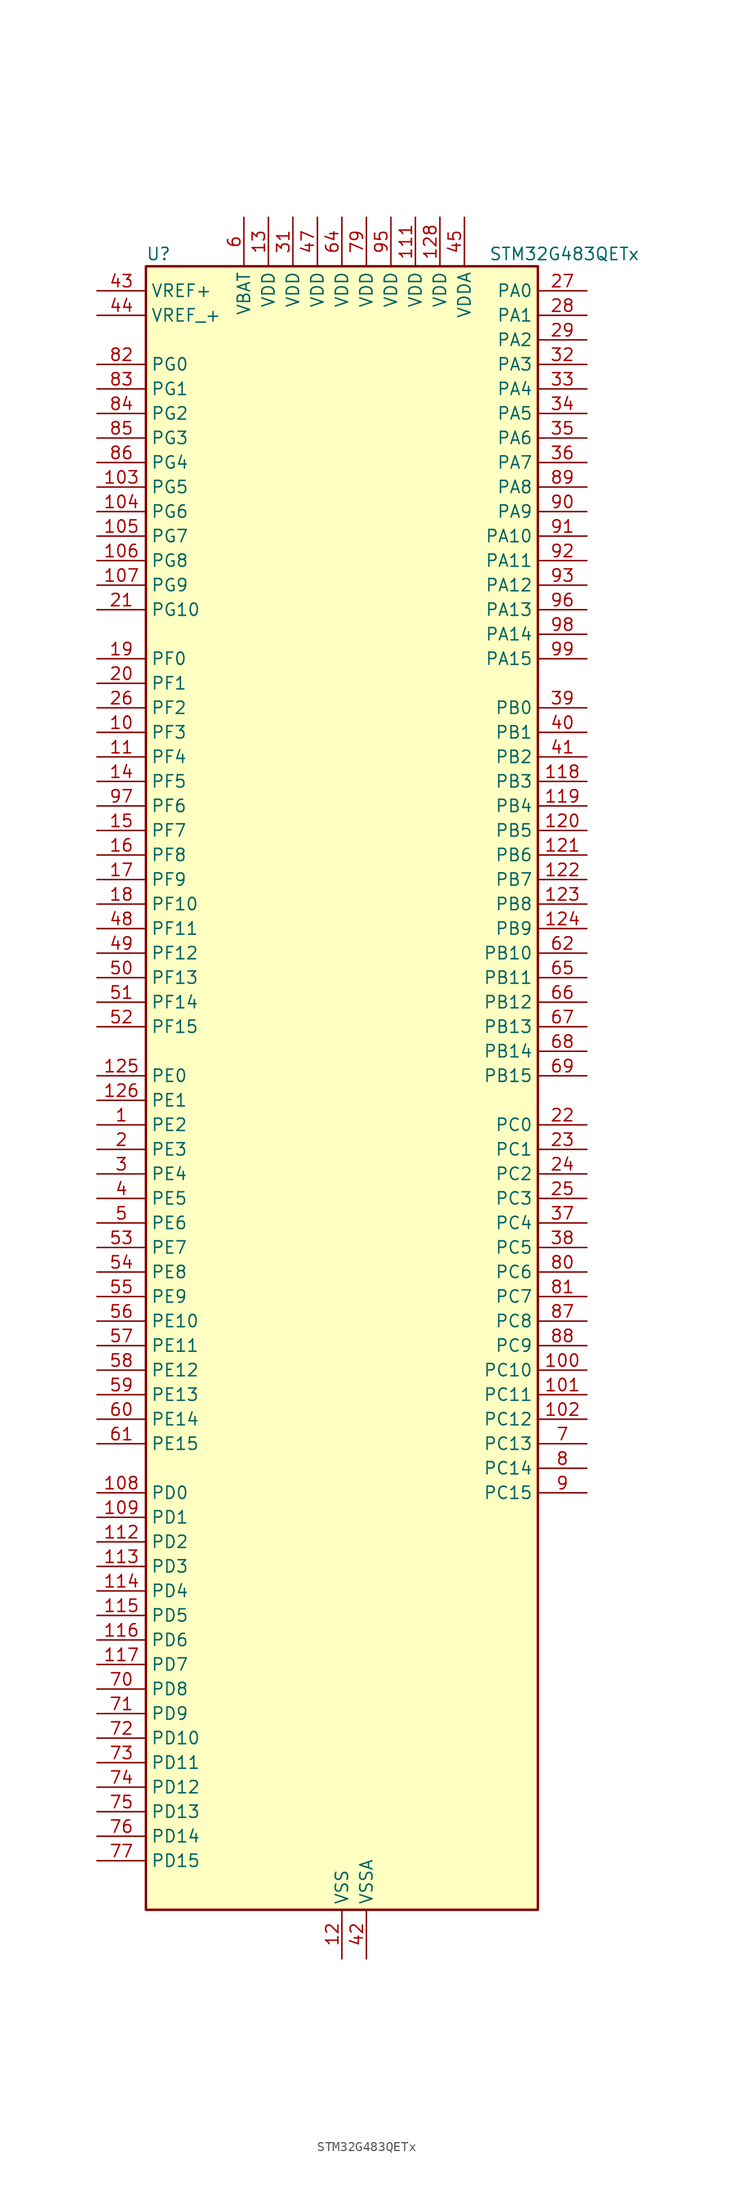
<source format=kicad_sym>
(kicad_symbol_lib
  (version 20231120)
  (generator "kicad_symbol_editor")
  (generator_version "8.0")
  (symbol "STM32G483QETx"
    (property "Reference" "U"
      (at -20.32 87.63 0)
      (effects (font (size 1.27 1.27)) (justify left)))
    (property "Value" "STM32G483QETx"
      (at 15.24 87.63 0)
      (effects (font (size 1.27 1.27)) (justify left)))
    (property "ki_locked" ""
      (at 0 0 0)
      (effects (font (size 1.27 1.27))))
    (symbol "STM32G483QETx_0_1"
      (rectangle (start -20.32 -83.82) (end 20.32 86.36) (stroke (width 0.254) (type default)) (fill (type background))))
    (symbol "STM32G483QETx_1_1"
      (pin bidirectional line (at -25.4 -2.54 0) (length 5.08) (name "PE2" (effects (font (size 1.27 1.27)))) (number "1" (effects (font (size 1.27 1.27)))) (alternate "ADC3_EXTI2" bidirectional line) (alternate "ADC4_EXTI2" bidirectional line) (alternate "ADC5_EXTI2" bidirectional line) (alternate "FMC_A23" bidirectional line) (alternate "SAI1_CK1" bidirectional line) (alternate "SAI1_MCLK_A" bidirectional line) (alternate "SPI4_SCK" bidirectional line) (alternate "SYS_TRACECLK" bidirectional line) (alternate "TIM20_CH1" bidirectional line) (alternate "TIM3_CH1" bidirectional line))
      (pin bidirectional line (at -25.4 38.1 0) (length 5.08) (name "PF3" (effects (font (size 1.27 1.27)))) (number "10" (effects (font (size 1.27 1.27)))) (alternate "ADC3_EXTI3" bidirectional line) (alternate "ADC4_EXTI3" bidirectional line) (alternate "ADC5_EXTI3" bidirectional line) (alternate "FMC_A3" bidirectional line) (alternate "I2C3_SCL" bidirectional line) (alternate "TIM20_CH4" bidirectional line))
      (pin bidirectional line (at 25.4 -27.94 180) (length 5.08) (name "PC10" (effects (font (size 1.27 1.27)))) (number "100" (effects (font (size 1.27 1.27)))) (alternate "DAC1_EXTI10" bidirectional line) (alternate "DAC2_EXTI10" bidirectional line) (alternate "DAC3_EXTI10" bidirectional line) (alternate "DAC4_EXTI10" bidirectional line) (alternate "I2S3_CK" bidirectional line) (alternate "SPI3_SCK" bidirectional line) (alternate "TIM8_CH1N" bidirectional line) (alternate "UART4_TX" bidirectional line) (alternate "USART3_TX" bidirectional line))
      (pin bidirectional line (at 25.4 -30.48 180) (length 5.08) (name "PC11" (effects (font (size 1.27 1.27)))) (number "101" (effects (font (size 1.27 1.27)))) (alternate "ADC1_EXTI11" bidirectional line) (alternate "ADC2_EXTI11" bidirectional line) (alternate "I2C3_SDA" bidirectional line) (alternate "SPI3_MISO" bidirectional line) (alternate "TIM8_CH2N" bidirectional line) (alternate "UART4_RX" bidirectional line) (alternate "USART3_RX" bidirectional line))
      (pin bidirectional line (at 25.4 -33.02 180) (length 5.08) (name "PC12" (effects (font (size 1.27 1.27)))) (number "102" (effects (font (size 1.27 1.27)))) (alternate "I2S3_SD" bidirectional line) (alternate "SPI3_MOSI" bidirectional line) (alternate "TIM5_CH2" bidirectional line) (alternate "TIM8_CH3N" bidirectional line) (alternate "UART5_TX" bidirectional line) (alternate "UCPD1_FRSTX1" bidirectional line) (alternate "UCPD1_FRSTX2" bidirectional line) (alternate "USART3_CK" bidirectional line))
      (pin bidirectional line (at -25.4 63.5 0) (length 5.08) (name "PG5" (effects (font (size 1.27 1.27)))) (number "103" (effects (font (size 1.27 1.27)))) (alternate "FMC_A15" bidirectional line) (alternate "LPUART1_CTS" bidirectional line) (alternate "SPI1_NSS" bidirectional line) (alternate "TIM20_ETR" bidirectional line))
      (pin bidirectional line (at -25.4 60.96 0) (length 5.08) (name "PG6" (effects (font (size 1.27 1.27)))) (number "104" (effects (font (size 1.27 1.27)))) (alternate "FMC_INT" bidirectional line) (alternate "I2C3_SMBA" bidirectional line) (alternate "LPUART1_DE" bidirectional line) (alternate "LPUART1_RTS" bidirectional line) (alternate "TIM20_BKIN" bidirectional line))
      (pin bidirectional line (at -25.4 58.42 0) (length 5.08) (name "PG7" (effects (font (size 1.27 1.27)))) (number "105" (effects (font (size 1.27 1.27)))) (alternate "FMC_INT" bidirectional line) (alternate "I2C3_SCL" bidirectional line) (alternate "LPUART1_TX" bidirectional line) (alternate "SAI1_CK1" bidirectional line) (alternate "SAI1_MCLK_A" bidirectional line))
      (pin bidirectional line (at -25.4 55.88 0) (length 5.08) (name "PG8" (effects (font (size 1.27 1.27)))) (number "106" (effects (font (size 1.27 1.27)))) (alternate "FMC_NE3" bidirectional line) (alternate "I2C3_SDA" bidirectional line) (alternate "LPUART1_RX" bidirectional line))
      (pin bidirectional line (at -25.4 53.34 0) (length 5.08) (name "PG9" (effects (font (size 1.27 1.27)))) (number "107" (effects (font (size 1.27 1.27)))) (alternate "DAC1_EXTI9" bidirectional line) (alternate "DAC2_EXTI9" bidirectional line) (alternate "DAC3_EXTI9" bidirectional line) (alternate "DAC4_EXTI9" bidirectional line) (alternate "FMC_NCE" bidirectional line) (alternate "FMC_NE2" bidirectional line) (alternate "SPI3_SCK" bidirectional line) (alternate "TIM15_CH1N" bidirectional line) (alternate "USART1_TX" bidirectional line))
      (pin bidirectional line (at -25.4 -40.64 0) (length 5.08) (name "PD0" (effects (font (size 1.27 1.27)))) (number "108" (effects (font (size 1.27 1.27)))) (alternate "FDCAN1_RX" bidirectional line) (alternate "FMC_D2" bidirectional line) (alternate "FMC_DA2" bidirectional line) (alternate "TIM8_CH4N" bidirectional line))
      (pin bidirectional line (at -25.4 -43.18 0) (length 5.08) (name "PD1" (effects (font (size 1.27 1.27)))) (number "109" (effects (font (size 1.27 1.27)))) (alternate "FDCAN1_TX" bidirectional line) (alternate "FMC_D3" bidirectional line) (alternate "FMC_DA3" bidirectional line) (alternate "TIM8_BKIN2" bidirectional line) (alternate "TIM8_CH4" bidirectional line))
      (pin bidirectional line (at -25.4 35.56 0) (length 5.08) (name "PF4" (effects (font (size 1.27 1.27)))) (number "11" (effects (font (size 1.27 1.27)))) (alternate "COMP1_OUT" bidirectional line) (alternate "FMC_A4" bidirectional line) (alternate "I2C3_SDA" bidirectional line) (alternate "TIM20_CH1N" bidirectional line))
      (pin passive line (at 0 -88.9 90) (length 5.08) hide (name "VSS" (effects (font (size 1.27 1.27)))) (number "110" (effects (font (size 1.27 1.27)))))
      (pin power_in line (at 7.62 91.44 270) (length 5.08) (name "VDD" (effects (font (size 1.27 1.27)))) (number "111" (effects (font (size 1.27 1.27)))))
      (pin bidirectional line (at -25.4 -45.72 0) (length 5.08) (name "PD2" (effects (font (size 1.27 1.27)))) (number "112" (effects (font (size 1.27 1.27)))) (alternate "ADC3_EXTI2" bidirectional line) (alternate "ADC4_EXTI2" bidirectional line) (alternate "ADC5_EXTI2" bidirectional line) (alternate "TIM3_ETR" bidirectional line) (alternate "TIM8_BKIN" bidirectional line) (alternate "UART5_RX" bidirectional line))
      (pin bidirectional line (at -25.4 -48.26 0) (length 5.08) (name "PD3" (effects (font (size 1.27 1.27)))) (number "113" (effects (font (size 1.27 1.27)))) (alternate "ADC3_EXTI3" bidirectional line) (alternate "ADC4_EXTI3" bidirectional line) (alternate "ADC5_EXTI3" bidirectional line) (alternate "FMC_CLK" bidirectional line) (alternate "QUADSPI1_BK2_NCS" bidirectional line) (alternate "TIM2_CH1" bidirectional line) (alternate "TIM2_ETR" bidirectional line) (alternate "USART2_CTS" bidirectional line) (alternate "USART2_NSS" bidirectional line))
      (pin bidirectional line (at -25.4 -50.8 0) (length 5.08) (name "PD4" (effects (font (size 1.27 1.27)))) (number "114" (effects (font (size 1.27 1.27)))) (alternate "FMC_NOE" bidirectional line) (alternate "QUADSPI1_BK2_IO0" bidirectional line) (alternate "TIM2_CH2" bidirectional line) (alternate "USART2_DE" bidirectional line) (alternate "USART2_RTS" bidirectional line))
      (pin bidirectional line (at -25.4 -53.34 0) (length 5.08) (name "PD5" (effects (font (size 1.27 1.27)))) (number "115" (effects (font (size 1.27 1.27)))) (alternate "FMC_NWE" bidirectional line) (alternate "QUADSPI1_BK2_IO1" bidirectional line) (alternate "USART2_TX" bidirectional line))
      (pin bidirectional line (at -25.4 -55.88 0) (length 5.08) (name "PD6" (effects (font (size 1.27 1.27)))) (number "116" (effects (font (size 1.27 1.27)))) (alternate "FMC_NWAIT" bidirectional line) (alternate "QUADSPI1_BK2_IO2" bidirectional line) (alternate "SAI1_D1" bidirectional line) (alternate "SAI1_SD_A" bidirectional line) (alternate "TIM2_CH4" bidirectional line) (alternate "USART2_RX" bidirectional line))
      (pin bidirectional line (at -25.4 -58.42 0) (length 5.08) (name "PD7" (effects (font (size 1.27 1.27)))) (number "117" (effects (font (size 1.27 1.27)))) (alternate "FMC_NCE" bidirectional line) (alternate "FMC_NE1" bidirectional line) (alternate "QUADSPI1_BK2_IO3" bidirectional line) (alternate "TIM2_CH3" bidirectional line) (alternate "USART2_CK" bidirectional line))
      (pin bidirectional line (at 25.4 33.02 180) (length 5.08) (name "PB3" (effects (font (size 1.27 1.27)))) (number "118" (effects (font (size 1.27 1.27)))) (alternate "ADC3_EXTI3" bidirectional line) (alternate "ADC4_EXTI3" bidirectional line) (alternate "ADC5_EXTI3" bidirectional line) (alternate "CRS_SYNC" bidirectional line) (alternate "FDCAN3_RX" bidirectional line) (alternate "I2S3_CK" bidirectional line) (alternate "SAI1_SCK_B" bidirectional line) (alternate "SPI1_SCK" bidirectional line) (alternate "SPI3_SCK" bidirectional line) (alternate "SYS_JTDO-SWO" bidirectional line) (alternate "TIM2_CH2" bidirectional line) (alternate "TIM3_ETR" bidirectional line) (alternate "TIM4_ETR" bidirectional line) (alternate "TIM8_CH1N" bidirectional line) (alternate "USART2_TX" bidirectional line))
      (pin bidirectional line (at 25.4 30.48 180) (length 5.08) (name "PB4" (effects (font (size 1.27 1.27)))) (number "119" (effects (font (size 1.27 1.27)))) (alternate "FDCAN3_TX" bidirectional line) (alternate "SAI1_MCLK_B" bidirectional line) (alternate "SPI1_MISO" bidirectional line) (alternate "SPI3_MISO" bidirectional line) (alternate "SYS_JTRST" bidirectional line) (alternate "TIM16_CH1" bidirectional line) (alternate "TIM17_BKIN" bidirectional line) (alternate "TIM3_CH1" bidirectional line) (alternate "TIM8_CH2N" bidirectional line) (alternate "UART5_DE" bidirectional line) (alternate "UART5_RTS" bidirectional line) (alternate "UCPD1_CC2" bidirectional line) (alternate "USART2_RX" bidirectional line))
      (pin power_in line (at 0 -88.9 90) (length 5.08) (name "VSS" (effects (font (size 1.27 1.27)))) (number "12" (effects (font (size 1.27 1.27)))))
      (pin bidirectional line (at 25.4 27.94 180) (length 5.08) (name "PB5" (effects (font (size 1.27 1.27)))) (number "120" (effects (font (size 1.27 1.27)))) (alternate "FDCAN2_RX" bidirectional line) (alternate "I2C1_SMBA" bidirectional line) (alternate "I2C3_SDA" bidirectional line) (alternate "I2S3_SD" bidirectional line) (alternate "LPTIM1_IN1" bidirectional line) (alternate "SAI1_SD_B" bidirectional line) (alternate "SPI1_MOSI" bidirectional line) (alternate "SPI3_MOSI" bidirectional line) (alternate "TIM16_BKIN" bidirectional line) (alternate "TIM17_CH1" bidirectional line) (alternate "TIM3_CH2" bidirectional line) (alternate "TIM8_CH3N" bidirectional line) (alternate "UART5_CTS" bidirectional line) (alternate "USART2_CK" bidirectional line))
      (pin bidirectional line (at 25.4 25.4 180) (length 5.08) (name "PB6" (effects (font (size 1.27 1.27)))) (number "121" (effects (font (size 1.27 1.27)))) (alternate "COMP4_OUT" bidirectional line) (alternate "FDCAN2_TX" bidirectional line) (alternate "LPTIM1_ETR" bidirectional line) (alternate "SAI1_FS_B" bidirectional line) (alternate "TIM16_CH1N" bidirectional line) (alternate "TIM4_CH1" bidirectional line) (alternate "TIM8_BKIN2" bidirectional line) (alternate "TIM8_CH1" bidirectional line) (alternate "TIM8_ETR" bidirectional line) (alternate "UCPD1_CC1" bidirectional line) (alternate "USART1_TX" bidirectional line))
      (pin bidirectional line (at 25.4 22.86 180) (length 5.08) (name "PB7" (effects (font (size 1.27 1.27)))) (number "122" (effects (font (size 1.27 1.27)))) (alternate "COMP3_OUT" bidirectional line) (alternate "FMC_NL" bidirectional line) (alternate "I2C1_SDA" bidirectional line) (alternate "I2C4_SDA" bidirectional line) (alternate "LPTIM1_IN2" bidirectional line) (alternate "SYS_PVD_IN" bidirectional line) (alternate "TIM17_CH1N" bidirectional line) (alternate "TIM3_CH4" bidirectional line) (alternate "TIM4_CH2" bidirectional line) (alternate "TIM8_BKIN" bidirectional line) (alternate "UART4_CTS" bidirectional line) (alternate "USART1_RX" bidirectional line))
      (pin bidirectional line (at 25.4 20.32 180) (length 5.08) (name "PB8" (effects (font (size 1.27 1.27)))) (number "123" (effects (font (size 1.27 1.27)))) (alternate "COMP1_OUT" bidirectional line) (alternate "FDCAN1_RX" bidirectional line) (alternate "I2C1_SCL" bidirectional line) (alternate "SAI1_CK1" bidirectional line) (alternate "SAI1_MCLK_A" bidirectional line) (alternate "TIM16_CH1" bidirectional line) (alternate "TIM1_BKIN" bidirectional line) (alternate "TIM4_CH3" bidirectional line) (alternate "TIM8_CH2" bidirectional line) (alternate "USART3_RX" bidirectional line))
      (pin bidirectional line (at 25.4 17.78 180) (length 5.08) (name "PB9" (effects (font (size 1.27 1.27)))) (number "124" (effects (font (size 1.27 1.27)))) (alternate "COMP2_OUT" bidirectional line) (alternate "DAC1_EXTI9" bidirectional line) (alternate "DAC2_EXTI9" bidirectional line) (alternate "DAC3_EXTI9" bidirectional line) (alternate "DAC4_EXTI9" bidirectional line) (alternate "FDCAN1_TX" bidirectional line) (alternate "I2C1_SDA" bidirectional line) (alternate "IR_OUT" bidirectional line) (alternate "SAI1_D2" bidirectional line) (alternate "SAI1_FS_A" bidirectional line) (alternate "TIM17_CH1" bidirectional line) (alternate "TIM1_CH3N" bidirectional line) (alternate "TIM4_CH4" bidirectional line) (alternate "TIM8_CH3" bidirectional line) (alternate "USART3_TX" bidirectional line))
      (pin bidirectional line (at -25.4 2.54 0) (length 5.08) (name "PE0" (effects (font (size 1.27 1.27)))) (number "125" (effects (font (size 1.27 1.27)))) (alternate "FMC_NBL0" bidirectional line) (alternate "TIM16_CH1" bidirectional line) (alternate "TIM20_CH4N" bidirectional line) (alternate "TIM20_ETR" bidirectional line) (alternate "TIM4_ETR" bidirectional line) (alternate "USART1_TX" bidirectional line))
      (pin bidirectional line (at -25.4 0 0) (length 5.08) (name "PE1" (effects (font (size 1.27 1.27)))) (number "126" (effects (font (size 1.27 1.27)))) (alternate "FMC_NBL1" bidirectional line) (alternate "TIM17_CH1" bidirectional line) (alternate "TIM20_CH4" bidirectional line) (alternate "USART1_RX" bidirectional line))
      (pin passive line (at 0 -88.9 90) (length 5.08) hide (name "VSS" (effects (font (size 1.27 1.27)))) (number "127" (effects (font (size 1.27 1.27)))))
      (pin power_in line (at 10.16 91.44 270) (length 5.08) (name "VDD" (effects (font (size 1.27 1.27)))) (number "128" (effects (font (size 1.27 1.27)))))
      (pin power_in line (at -7.62 91.44 270) (length 5.08) (name "VDD" (effects (font (size 1.27 1.27)))) (number "13" (effects (font (size 1.27 1.27)))))
      (pin bidirectional line (at -25.4 33.02 0) (length 5.08) (name "PF5" (effects (font (size 1.27 1.27)))) (number "14" (effects (font (size 1.27 1.27)))) (alternate "FMC_A5" bidirectional line) (alternate "TIM20_CH2N" bidirectional line))
      (pin bidirectional line (at -25.4 27.94 0) (length 5.08) (name "PF7" (effects (font (size 1.27 1.27)))) (number "15" (effects (font (size 1.27 1.27)))) (alternate "FMC_A1" bidirectional line) (alternate "QUADSPI1_BK1_IO2" bidirectional line) (alternate "SAI1_MCLK_B" bidirectional line) (alternate "TIM20_BKIN" bidirectional line) (alternate "TIM5_CH2" bidirectional line))
      (pin bidirectional line (at -25.4 25.4 0) (length 5.08) (name "PF8" (effects (font (size 1.27 1.27)))) (number "16" (effects (font (size 1.27 1.27)))) (alternate "FMC_A24" bidirectional line) (alternate "QUADSPI1_BK1_IO0" bidirectional line) (alternate "SAI1_SCK_B" bidirectional line) (alternate "TIM20_BKIN2" bidirectional line) (alternate "TIM5_CH3" bidirectional line))
      (pin bidirectional line (at -25.4 22.86 0) (length 5.08) (name "PF9" (effects (font (size 1.27 1.27)))) (number "17" (effects (font (size 1.27 1.27)))) (alternate "DAC1_EXTI9" bidirectional line) (alternate "DAC2_EXTI9" bidirectional line) (alternate "DAC3_EXTI9" bidirectional line) (alternate "DAC4_EXTI9" bidirectional line) (alternate "FMC_A25" bidirectional line) (alternate "QUADSPI1_BK1_IO1" bidirectional line) (alternate "SAI1_FS_B" bidirectional line) (alternate "SPI2_SCK" bidirectional line) (alternate "TIM15_CH1" bidirectional line) (alternate "TIM20_BKIN" bidirectional line) (alternate "TIM5_CH4" bidirectional line))
      (pin bidirectional line (at -25.4 20.32 0) (length 5.08) (name "PF10" (effects (font (size 1.27 1.27)))) (number "18" (effects (font (size 1.27 1.27)))) (alternate "DAC1_EXTI10" bidirectional line) (alternate "DAC2_EXTI10" bidirectional line) (alternate "DAC3_EXTI10" bidirectional line) (alternate "DAC4_EXTI10" bidirectional line) (alternate "FMC_A0" bidirectional line) (alternate "QUADSPI1_CLK" bidirectional line) (alternate "SAI1_D3" bidirectional line) (alternate "SPI2_SCK" bidirectional line) (alternate "TIM15_CH2" bidirectional line) (alternate "TIM20_BKIN2" bidirectional line))
      (pin bidirectional line (at -25.4 45.72 0) (length 5.08) (name "PF0" (effects (font (size 1.27 1.27)))) (number "19" (effects (font (size 1.27 1.27)))) (alternate "ADC1_IN10" bidirectional line) (alternate "I2C2_SDA" bidirectional line) (alternate "I2S2_WS" bidirectional line) (alternate "RCC_OSC_IN" bidirectional line) (alternate "SPI2_NSS" bidirectional line) (alternate "TIM1_CH3N" bidirectional line))
      (pin bidirectional line (at -25.4 -5.08 0) (length 5.08) (name "PE3" (effects (font (size 1.27 1.27)))) (number "2" (effects (font (size 1.27 1.27)))) (alternate "ADC3_EXTI3" bidirectional line) (alternate "ADC4_EXTI3" bidirectional line) (alternate "ADC5_EXTI3" bidirectional line) (alternate "FMC_A19" bidirectional line) (alternate "SAI1_SD_B" bidirectional line) (alternate "SPI4_NSS" bidirectional line) (alternate "SYS_TRACED0" bidirectional line) (alternate "TIM20_CH2" bidirectional line) (alternate "TIM3_CH2" bidirectional line))
      (pin bidirectional line (at -25.4 43.18 0) (length 5.08) (name "PF1" (effects (font (size 1.27 1.27)))) (number "20" (effects (font (size 1.27 1.27)))) (alternate "ADC2_IN10" bidirectional line) (alternate "COMP3_INM" bidirectional line) (alternate "I2S2_CK" bidirectional line) (alternate "RCC_OSC_OUT" bidirectional line) (alternate "SPI2_SCK" bidirectional line))
      (pin bidirectional line (at -25.4 50.8 0) (length 5.08) (name "PG10" (effects (font (size 1.27 1.27)))) (number "21" (effects (font (size 1.27 1.27)))) (alternate "DAC1_EXTI10" bidirectional line) (alternate "DAC2_EXTI10" bidirectional line) (alternate "DAC3_EXTI10" bidirectional line) (alternate "DAC4_EXTI10" bidirectional line) (alternate "RCC_MCO" bidirectional line))
      (pin bidirectional line (at 25.4 -2.54 180) (length 5.08) (name "PC0" (effects (font (size 1.27 1.27)))) (number "22" (effects (font (size 1.27 1.27)))) (alternate "ADC1_IN6" bidirectional line) (alternate "ADC2_IN6" bidirectional line) (alternate "COMP3_INM" bidirectional line) (alternate "LPTIM1_IN1" bidirectional line) (alternate "LPUART1_RX" bidirectional line) (alternate "TIM1_CH1" bidirectional line))
      (pin bidirectional line (at 25.4 -5.08 180) (length 5.08) (name "PC1" (effects (font (size 1.27 1.27)))) (number "23" (effects (font (size 1.27 1.27)))) (alternate "ADC1_IN7" bidirectional line) (alternate "ADC2_IN7" bidirectional line) (alternate "COMP3_INP" bidirectional line) (alternate "LPTIM1_OUT" bidirectional line) (alternate "LPUART1_TX" bidirectional line) (alternate "QUADSPI1_BK2_IO0" bidirectional line) (alternate "SAI1_SD_A" bidirectional line) (alternate "TIM1_CH2" bidirectional line))
      (pin bidirectional line (at 25.4 -7.62 180) (length 5.08) (name "PC2" (effects (font (size 1.27 1.27)))) (number "24" (effects (font (size 1.27 1.27)))) (alternate "ADC1_IN8" bidirectional line) (alternate "ADC2_IN8" bidirectional line) (alternate "ADC3_EXTI2" bidirectional line) (alternate "ADC4_EXTI2" bidirectional line) (alternate "ADC5_EXTI2" bidirectional line) (alternate "COMP3_OUT" bidirectional line) (alternate "LPTIM1_IN2" bidirectional line) (alternate "QUADSPI1_BK2_IO1" bidirectional line) (alternate "TIM1_CH3" bidirectional line) (alternate "TIM20_CH2" bidirectional line))
      (pin bidirectional line (at 25.4 -10.16 180) (length 5.08) (name "PC3" (effects (font (size 1.27 1.27)))) (number "25" (effects (font (size 1.27 1.27)))) (alternate "ADC1_IN9" bidirectional line) (alternate "ADC2_IN9" bidirectional line) (alternate "ADC3_EXTI3" bidirectional line) (alternate "ADC4_EXTI3" bidirectional line) (alternate "ADC5_EXTI3" bidirectional line) (alternate "LPTIM1_ETR" bidirectional line) (alternate "OPAMP5_VINP" bidirectional line) (alternate "OPAMP5_VINP_SEC" bidirectional line) (alternate "QUADSPI1_BK2_IO2" bidirectional line) (alternate "SAI1_D1" bidirectional line) (alternate "SAI1_SD_A" bidirectional line) (alternate "TIM1_BKIN2" bidirectional line) (alternate "TIM1_CH4" bidirectional line))
      (pin bidirectional line (at -25.4 40.64 0) (length 5.08) (name "PF2" (effects (font (size 1.27 1.27)))) (number "26" (effects (font (size 1.27 1.27)))) (alternate "ADC3_EXTI2" bidirectional line) (alternate "ADC4_EXTI2" bidirectional line) (alternate "ADC5_EXTI2" bidirectional line) (alternate "FMC_A2" bidirectional line) (alternate "I2C2_SMBA" bidirectional line) (alternate "TIM20_CH3" bidirectional line))
      (pin bidirectional line (at 25.4 83.82 180) (length 5.08) (name "PA0" (effects (font (size 1.27 1.27)))) (number "27" (effects (font (size 1.27 1.27)))) (alternate "ADC1_IN1" bidirectional line) (alternate "ADC2_IN1" bidirectional line) (alternate "COMP1_INM" bidirectional line) (alternate "COMP1_OUT" bidirectional line) (alternate "COMP3_INP" bidirectional line) (alternate "RTC_TAMP2" bidirectional line) (alternate "SYS_WKUP1" bidirectional line) (alternate "TIM2_CH1" bidirectional line) (alternate "TIM2_ETR" bidirectional line) (alternate "TIM5_CH1" bidirectional line) (alternate "TIM8_BKIN" bidirectional line) (alternate "TIM8_ETR" bidirectional line) (alternate "USART2_CTS" bidirectional line) (alternate "USART2_NSS" bidirectional line))
      (pin bidirectional line (at 25.4 81.28 180) (length 5.08) (name "PA1" (effects (font (size 1.27 1.27)))) (number "28" (effects (font (size 1.27 1.27)))) (alternate "ADC1_IN2" bidirectional line) (alternate "ADC2_IN2" bidirectional line) (alternate "COMP1_INP" bidirectional line) (alternate "OPAMP1_VINP" bidirectional line) (alternate "OPAMP1_VINP_SEC" bidirectional line) (alternate "OPAMP3_VINP" bidirectional line) (alternate "OPAMP3_VINP_SEC" bidirectional line) (alternate "OPAMP6_VINM" bidirectional line) (alternate "OPAMP6_VINM0" bidirectional line) (alternate "OPAMP6_VINM_SEC" bidirectional line) (alternate "RTC_REFIN" bidirectional line) (alternate "TIM15_CH1N" bidirectional line) (alternate "TIM2_CH2" bidirectional line) (alternate "TIM5_CH2" bidirectional line) (alternate "USART2_DE" bidirectional line) (alternate "USART2_RTS" bidirectional line))
      (pin bidirectional line (at 25.4 78.74 180) (length 5.08) (name "PA2" (effects (font (size 1.27 1.27)))) (number "29" (effects (font (size 1.27 1.27)))) (alternate "ADC1_IN3" bidirectional line) (alternate "ADC3_EXTI2" bidirectional line) (alternate "ADC4_EXTI2" bidirectional line) (alternate "ADC5_EXTI2" bidirectional line) (alternate "COMP2_INM" bidirectional line) (alternate "COMP2_OUT" bidirectional line) (alternate "LPUART1_TX" bidirectional line) (alternate "OPAMP1_VOUT" bidirectional line) (alternate "QUADSPI1_BK1_NCS" bidirectional line) (alternate "RCC_LSCO" bidirectional line) (alternate "SYS_WKUP4" bidirectional line) (alternate "TIM15_CH1" bidirectional line) (alternate "TIM2_CH3" bidirectional line) (alternate "TIM5_CH3" bidirectional line) (alternate "UCPD1_FRSTX1" bidirectional line) (alternate "UCPD1_FRSTX2" bidirectional line) (alternate "USART2_TX" bidirectional line))
      (pin bidirectional line (at -25.4 -7.62 0) (length 5.08) (name "PE4" (effects (font (size 1.27 1.27)))) (number "3" (effects (font (size 1.27 1.27)))) (alternate "FMC_A20" bidirectional line) (alternate "SAI1_D2" bidirectional line) (alternate "SAI1_FS_A" bidirectional line) (alternate "SPI4_NSS" bidirectional line) (alternate "SYS_TRACED1" bidirectional line) (alternate "TIM20_CH1N" bidirectional line) (alternate "TIM3_CH3" bidirectional line))
      (pin passive line (at 0 -88.9 90) (length 5.08) hide (name "VSS" (effects (font (size 1.27 1.27)))) (number "30" (effects (font (size 1.27 1.27)))))
      (pin power_in line (at -5.08 91.44 270) (length 5.08) (name "VDD" (effects (font (size 1.27 1.27)))) (number "31" (effects (font (size 1.27 1.27)))))
      (pin bidirectional line (at 25.4 76.2 180) (length 5.08) (name "PA3" (effects (font (size 1.27 1.27)))) (number "32" (effects (font (size 1.27 1.27)))) (alternate "ADC1_IN4" bidirectional line) (alternate "ADC3_EXTI3" bidirectional line) (alternate "ADC4_EXTI3" bidirectional line) (alternate "ADC5_EXTI3" bidirectional line) (alternate "COMP2_INP" bidirectional line) (alternate "LPUART1_RX" bidirectional line) (alternate "OPAMP1_VINM" bidirectional line) (alternate "OPAMP1_VINM0" bidirectional line) (alternate "OPAMP1_VINM_SEC" bidirectional line) (alternate "OPAMP1_VINP" bidirectional line) (alternate "OPAMP1_VINP_SEC" bidirectional line) (alternate "OPAMP5_VINM" bidirectional line) (alternate "OPAMP5_VINM1" bidirectional line) (alternate "OPAMP5_VINM_SEC" bidirectional line) (alternate "QUADSPI1_CLK" bidirectional line) (alternate "SAI1_CK1" bidirectional line) (alternate "SAI1_MCLK_A" bidirectional line) (alternate "TIM15_CH2" bidirectional line) (alternate "TIM2_CH4" bidirectional line) (alternate "TIM5_CH4" bidirectional line) (alternate "USART2_RX" bidirectional line))
      (pin bidirectional line (at 25.4 73.66 180) (length 5.08) (name "PA4" (effects (font (size 1.27 1.27)))) (number "33" (effects (font (size 1.27 1.27)))) (alternate "ADC2_IN17" bidirectional line) (alternate "COMP1_INM" bidirectional line) (alternate "DAC1_OUT1" bidirectional line) (alternate "I2S3_WS" bidirectional line) (alternate "SAI1_FS_B" bidirectional line) (alternate "SPI1_NSS" bidirectional line) (alternate "SPI3_NSS" bidirectional line) (alternate "TIM3_CH2" bidirectional line) (alternate "USART2_CK" bidirectional line))
      (pin bidirectional line (at 25.4 71.12 180) (length 5.08) (name "PA5" (effects (font (size 1.27 1.27)))) (number "34" (effects (font (size 1.27 1.27)))) (alternate "ADC2_IN13" bidirectional line) (alternate "COMP2_INM" bidirectional line) (alternate "DAC1_OUT2" bidirectional line) (alternate "OPAMP2_VINM" bidirectional line) (alternate "OPAMP2_VINM0" bidirectional line) (alternate "OPAMP2_VINM_SEC" bidirectional line) (alternate "SPI1_SCK" bidirectional line) (alternate "TIM2_CH1" bidirectional line) (alternate "TIM2_ETR" bidirectional line) (alternate "UCPD1_FRSTX1" bidirectional line) (alternate "UCPD1_FRSTX2" bidirectional line))
      (pin bidirectional line (at 25.4 68.58 180) (length 5.08) (name "PA6" (effects (font (size 1.27 1.27)))) (number "35" (effects (font (size 1.27 1.27)))) (alternate "ADC2_IN3" bidirectional line) (alternate "COMP1_OUT" bidirectional line) (alternate "DAC2_OUT1" bidirectional line) (alternate "LPUART1_CTS" bidirectional line) (alternate "OPAMP2_VOUT" bidirectional line) (alternate "QUADSPI1_BK1_IO3" bidirectional line) (alternate "SPI1_MISO" bidirectional line) (alternate "TIM16_CH1" bidirectional line) (alternate "TIM1_BKIN" bidirectional line) (alternate "TIM3_CH1" bidirectional line) (alternate "TIM8_BKIN" bidirectional line))
      (pin bidirectional line (at 25.4 66.04 180) (length 5.08) (name "PA7" (effects (font (size 1.27 1.27)))) (number "36" (effects (font (size 1.27 1.27)))) (alternate "ADC2_IN4" bidirectional line) (alternate "COMP2_INP" bidirectional line) (alternate "COMP2_OUT" bidirectional line) (alternate "OPAMP1_VINP" bidirectional line) (alternate "OPAMP1_VINP_SEC" bidirectional line) (alternate "OPAMP2_VINP" bidirectional line) (alternate "OPAMP2_VINP_SEC" bidirectional line) (alternate "QUADSPI1_BK1_IO2" bidirectional line) (alternate "SPI1_MOSI" bidirectional line) (alternate "TIM17_CH1" bidirectional line) (alternate "TIM1_CH1N" bidirectional line) (alternate "TIM3_CH2" bidirectional line) (alternate "TIM8_CH1N" bidirectional line) (alternate "UCPD1_FRSTX1" bidirectional line) (alternate "UCPD1_FRSTX2" bidirectional line))
      (pin bidirectional line (at 25.4 -12.7 180) (length 5.08) (name "PC4" (effects (font (size 1.27 1.27)))) (number "37" (effects (font (size 1.27 1.27)))) (alternate "ADC2_IN5" bidirectional line) (alternate "I2C2_SCL" bidirectional line) (alternate "QUADSPI1_BK2_IO3" bidirectional line) (alternate "TIM1_ETR" bidirectional line) (alternate "USART1_TX" bidirectional line))
      (pin bidirectional line (at 25.4 -15.24 180) (length 5.08) (name "PC5" (effects (font (size 1.27 1.27)))) (number "38" (effects (font (size 1.27 1.27)))) (alternate "ADC2_IN11" bidirectional line) (alternate "OPAMP1_VINM" bidirectional line) (alternate "OPAMP1_VINM1" bidirectional line) (alternate "OPAMP1_VINM_SEC" bidirectional line) (alternate "OPAMP2_VINM" bidirectional line) (alternate "OPAMP2_VINM1" bidirectional line) (alternate "OPAMP2_VINM_SEC" bidirectional line) (alternate "SAI1_D3" bidirectional line) (alternate "SYS_WKUP5" bidirectional line) (alternate "TIM15_BKIN" bidirectional line) (alternate "TIM1_CH4N" bidirectional line) (alternate "USART1_RX" bidirectional line))
      (pin bidirectional line (at 25.4 40.64 180) (length 5.08) (name "PB0" (effects (font (size 1.27 1.27)))) (number "39" (effects (font (size 1.27 1.27)))) (alternate "ADC1_IN15" bidirectional line) (alternate "ADC3_IN12" bidirectional line) (alternate "COMP4_INP" bidirectional line) (alternate "OPAMP2_VINP" bidirectional line) (alternate "OPAMP2_VINP_SEC" bidirectional line) (alternate "OPAMP3_VINP" bidirectional line) (alternate "OPAMP3_VINP_SEC" bidirectional line) (alternate "QUADSPI1_BK1_IO1" bidirectional line) (alternate "TIM1_CH2N" bidirectional line) (alternate "TIM3_CH3" bidirectional line) (alternate "TIM8_CH2N" bidirectional line) (alternate "UCPD1_FRSTX1" bidirectional line) (alternate "UCPD1_FRSTX2" bidirectional line))
      (pin bidirectional line (at -25.4 -10.16 0) (length 5.08) (name "PE5" (effects (font (size 1.27 1.27)))) (number "4" (effects (font (size 1.27 1.27)))) (alternate "FMC_A21" bidirectional line) (alternate "SAI1_CK2" bidirectional line) (alternate "SAI1_SCK_A" bidirectional line) (alternate "SPI4_MISO" bidirectional line) (alternate "SYS_TRACED2" bidirectional line) (alternate "TIM20_CH2N" bidirectional line) (alternate "TIM3_CH4" bidirectional line))
      (pin bidirectional line (at 25.4 38.1 180) (length 5.08) (name "PB1" (effects (font (size 1.27 1.27)))) (number "40" (effects (font (size 1.27 1.27)))) (alternate "ADC1_IN12" bidirectional line) (alternate "ADC3_IN1" bidirectional line) (alternate "COMP1_INP" bidirectional line) (alternate "COMP4_OUT" bidirectional line) (alternate "LPUART1_DE" bidirectional line) (alternate "LPUART1_RTS" bidirectional line) (alternate "OPAMP3_VOUT" bidirectional line) (alternate "OPAMP6_VINM" bidirectional line) (alternate "OPAMP6_VINM1" bidirectional line) (alternate "OPAMP6_VINM_SEC" bidirectional line) (alternate "QUADSPI1_BK1_IO0" bidirectional line) (alternate "TIM1_CH3N" bidirectional line) (alternate "TIM3_CH4" bidirectional line) (alternate "TIM8_CH3N" bidirectional line))
      (pin bidirectional line (at 25.4 35.56 180) (length 5.08) (name "PB2" (effects (font (size 1.27 1.27)))) (number "41" (effects (font (size 1.27 1.27)))) (alternate "ADC2_IN12" bidirectional line) (alternate "ADC3_EXTI2" bidirectional line) (alternate "ADC4_EXTI2" bidirectional line) (alternate "ADC5_EXTI2" bidirectional line) (alternate "COMP4_INM" bidirectional line) (alternate "I2C3_SMBA" bidirectional line) (alternate "LPTIM1_OUT" bidirectional line) (alternate "OPAMP3_VINM" bidirectional line) (alternate "OPAMP3_VINM0" bidirectional line) (alternate "OPAMP3_VINM_SEC" bidirectional line) (alternate "QUADSPI1_BK2_IO1" bidirectional line) (alternate "RTC_OUT2" bidirectional line) (alternate "TIM20_CH1" bidirectional line) (alternate "TIM5_CH1" bidirectional line))
      (pin power_in line (at 2.54 -88.9 90) (length 5.08) (name "VSSA" (effects (font (size 1.27 1.27)))) (number "42" (effects (font (size 1.27 1.27)))))
      (pin input line (at -25.4 83.82 0) (length 5.08) (name "VREF+" (effects (font (size 1.27 1.27)))) (number "43" (effects (font (size 1.27 1.27)))) (alternate "VREFBUF_OUT1" bidirectional line))
      (pin input line (at -25.4 81.28 0) (length 5.08) (name "VREF_+" (effects (font (size 1.27 1.27)))) (number "44" (effects (font (size 1.27 1.27)))) (alternate "VREFBUF_OUT2" bidirectional line))
      (pin power_in line (at 12.7 91.44 270) (length 5.08) (name "VDDA" (effects (font (size 1.27 1.27)))) (number "45" (effects (font (size 1.27 1.27)))))
      (pin passive line (at 0 -88.9 90) (length 5.08) hide (name "VSS" (effects (font (size 1.27 1.27)))) (number "46" (effects (font (size 1.27 1.27)))))
      (pin power_in line (at -2.54 91.44 270) (length 5.08) (name "VDD" (effects (font (size 1.27 1.27)))) (number "47" (effects (font (size 1.27 1.27)))))
      (pin bidirectional line (at -25.4 17.78 0) (length 5.08) (name "PF11" (effects (font (size 1.27 1.27)))) (number "48" (effects (font (size 1.27 1.27)))) (alternate "ADC1_EXTI11" bidirectional line) (alternate "ADC2_EXTI11" bidirectional line) (alternate "FMC_NE4" bidirectional line) (alternate "TIM20_ETR" bidirectional line))
      (pin bidirectional line (at -25.4 15.24 0) (length 5.08) (name "PF12" (effects (font (size 1.27 1.27)))) (number "49" (effects (font (size 1.27 1.27)))) (alternate "FMC_A6" bidirectional line) (alternate "TIM20_CH1" bidirectional line))
      (pin bidirectional line (at -25.4 -12.7 0) (length 5.08) (name "PE6" (effects (font (size 1.27 1.27)))) (number "5" (effects (font (size 1.27 1.27)))) (alternate "FMC_A22" bidirectional line) (alternate "RTC_TAMP3" bidirectional line) (alternate "SAI1_D1" bidirectional line) (alternate "SAI1_SD_A" bidirectional line) (alternate "SPI4_MOSI" bidirectional line) (alternate "SYS_TRACED3" bidirectional line) (alternate "SYS_WKUP3" bidirectional line) (alternate "TIM20_CH3N" bidirectional line))
      (pin bidirectional line (at -25.4 12.7 0) (length 5.08) (name "PF13" (effects (font (size 1.27 1.27)))) (number "50" (effects (font (size 1.27 1.27)))) (alternate "FMC_A7" bidirectional line) (alternate "I2C4_SMBA" bidirectional line) (alternate "TIM20_CH2" bidirectional line))
      (pin bidirectional line (at -25.4 10.16 0) (length 5.08) (name "PF14" (effects (font (size 1.27 1.27)))) (number "51" (effects (font (size 1.27 1.27)))) (alternate "FMC_A8" bidirectional line) (alternate "I2C4_SCL" bidirectional line) (alternate "TIM20_CH3" bidirectional line))
      (pin bidirectional line (at -25.4 7.62 0) (length 5.08) (name "PF15" (effects (font (size 1.27 1.27)))) (number "52" (effects (font (size 1.27 1.27)))) (alternate "ADC1_EXTI15" bidirectional line) (alternate "ADC2_EXTI15" bidirectional line) (alternate "FMC_A9" bidirectional line) (alternate "I2C4_SDA" bidirectional line) (alternate "TIM20_CH4" bidirectional line))
      (pin bidirectional line (at -25.4 -15.24 0) (length 5.08) (name "PE7" (effects (font (size 1.27 1.27)))) (number "53" (effects (font (size 1.27 1.27)))) (alternate "ADC3_IN4" bidirectional line) (alternate "COMP4_INP" bidirectional line) (alternate "FMC_D4" bidirectional line) (alternate "FMC_DA4" bidirectional line) (alternate "SAI1_SD_B" bidirectional line) (alternate "TIM1_ETR" bidirectional line))
      (pin bidirectional line (at -25.4 -17.78 0) (length 5.08) (name "PE8" (effects (font (size 1.27 1.27)))) (number "54" (effects (font (size 1.27 1.27)))) (alternate "ADC3_IN6" bidirectional line) (alternate "ADC4_IN6" bidirectional line) (alternate "ADC5_IN6" bidirectional line) (alternate "COMP4_INM" bidirectional line) (alternate "FMC_D5" bidirectional line) (alternate "FMC_DA5" bidirectional line) (alternate "SAI1_SCK_B" bidirectional line) (alternate "TIM1_CH1N" bidirectional line) (alternate "TIM5_CH3" bidirectional line))
      (pin bidirectional line (at -25.4 -20.32 0) (length 5.08) (name "PE9" (effects (font (size 1.27 1.27)))) (number "55" (effects (font (size 1.27 1.27)))) (alternate "ADC3_IN2" bidirectional line) (alternate "DAC1_EXTI9" bidirectional line) (alternate "DAC2_EXTI9" bidirectional line) (alternate "DAC3_EXTI9" bidirectional line) (alternate "DAC4_EXTI9" bidirectional line) (alternate "FMC_D6" bidirectional line) (alternate "FMC_DA6" bidirectional line) (alternate "SAI1_FS_B" bidirectional line) (alternate "TIM1_CH1" bidirectional line) (alternate "TIM5_CH4" bidirectional line))
      (pin bidirectional line (at -25.4 -22.86 0) (length 5.08) (name "PE10" (effects (font (size 1.27 1.27)))) (number "56" (effects (font (size 1.27 1.27)))) (alternate "ADC3_IN14" bidirectional line) (alternate "ADC4_IN14" bidirectional line) (alternate "ADC5_IN14" bidirectional line) (alternate "DAC1_EXTI10" bidirectional line) (alternate "DAC2_EXTI10" bidirectional line) (alternate "DAC3_EXTI10" bidirectional line) (alternate "DAC4_EXTI10" bidirectional line) (alternate "FMC_D7" bidirectional line) (alternate "FMC_DA7" bidirectional line) (alternate "QUADSPI1_CLK" bidirectional line) (alternate "SAI1_MCLK_B" bidirectional line) (alternate "TIM1_CH2N" bidirectional line))
      (pin bidirectional line (at -25.4 -25.4 0) (length 5.08) (name "PE11" (effects (font (size 1.27 1.27)))) (number "57" (effects (font (size 1.27 1.27)))) (alternate "ADC1_EXTI11" bidirectional line) (alternate "ADC2_EXTI11" bidirectional line) (alternate "ADC3_IN15" bidirectional line) (alternate "ADC4_IN15" bidirectional line) (alternate "ADC5_IN15" bidirectional line) (alternate "FMC_D8" bidirectional line) (alternate "FMC_DA8" bidirectional line) (alternate "QUADSPI1_BK1_NCS" bidirectional line) (alternate "SPI4_NSS" bidirectional line) (alternate "TIM1_CH2" bidirectional line))
      (pin bidirectional line (at -25.4 -27.94 0) (length 5.08) (name "PE12" (effects (font (size 1.27 1.27)))) (number "58" (effects (font (size 1.27 1.27)))) (alternate "ADC3_IN16" bidirectional line) (alternate "ADC4_IN16" bidirectional line) (alternate "ADC5_IN16" bidirectional line) (alternate "FMC_D9" bidirectional line) (alternate "FMC_DA9" bidirectional line) (alternate "QUADSPI1_BK1_IO0" bidirectional line) (alternate "SPI4_SCK" bidirectional line) (alternate "TIM1_CH3N" bidirectional line))
      (pin bidirectional line (at -25.4 -30.48 0) (length 5.08) (name "PE13" (effects (font (size 1.27 1.27)))) (number "59" (effects (font (size 1.27 1.27)))) (alternate "ADC3_IN3" bidirectional line) (alternate "FMC_D10" bidirectional line) (alternate "FMC_DA10" bidirectional line) (alternate "QUADSPI1_BK1_IO1" bidirectional line) (alternate "SPI4_MISO" bidirectional line) (alternate "TIM1_CH3" bidirectional line))
      (pin power_in line (at -10.16 91.44 270) (length 5.08) (name "VBAT" (effects (font (size 1.27 1.27)))) (number "6" (effects (font (size 1.27 1.27)))))
      (pin bidirectional line (at -25.4 -33.02 0) (length 5.08) (name "PE14" (effects (font (size 1.27 1.27)))) (number "60" (effects (font (size 1.27 1.27)))) (alternate "ADC4_IN1" bidirectional line) (alternate "FMC_D11" bidirectional line) (alternate "FMC_DA11" bidirectional line) (alternate "QUADSPI1_BK1_IO2" bidirectional line) (alternate "SPI4_MOSI" bidirectional line) (alternate "TIM1_BKIN2" bidirectional line) (alternate "TIM1_CH4" bidirectional line))
      (pin bidirectional line (at -25.4 -35.56 0) (length 5.08) (name "PE15" (effects (font (size 1.27 1.27)))) (number "61" (effects (font (size 1.27 1.27)))) (alternate "ADC1_EXTI15" bidirectional line) (alternate "ADC2_EXTI15" bidirectional line) (alternate "ADC4_IN2" bidirectional line) (alternate "FMC_D12" bidirectional line) (alternate "FMC_DA12" bidirectional line) (alternate "QUADSPI1_BK1_IO3" bidirectional line) (alternate "TIM1_BKIN" bidirectional line) (alternate "TIM1_CH4N" bidirectional line) (alternate "USART3_RX" bidirectional line))
      (pin bidirectional line (at 25.4 15.24 180) (length 5.08) (name "PB10" (effects (font (size 1.27 1.27)))) (number "62" (effects (font (size 1.27 1.27)))) (alternate "COMP5_INM" bidirectional line) (alternate "DAC1_EXTI10" bidirectional line) (alternate "DAC2_EXTI10" bidirectional line) (alternate "DAC3_EXTI10" bidirectional line) (alternate "DAC4_EXTI10" bidirectional line) (alternate "LPUART1_RX" bidirectional line) (alternate "OPAMP3_VINM" bidirectional line) (alternate "OPAMP3_VINM1" bidirectional line) (alternate "OPAMP3_VINM_SEC" bidirectional line) (alternate "OPAMP4_VINM" bidirectional line) (alternate "OPAMP4_VINM0" bidirectional line) (alternate "OPAMP4_VINM_SEC" bidirectional line) (alternate "QUADSPI1_CLK" bidirectional line) (alternate "SAI1_SCK_A" bidirectional line) (alternate "TIM1_BKIN" bidirectional line) (alternate "TIM2_CH3" bidirectional line) (alternate "USART3_TX" bidirectional line))
      (pin passive line (at 0 -88.9 90) (length 5.08) hide (name "VSS" (effects (font (size 1.27 1.27)))) (number "63" (effects (font (size 1.27 1.27)))))
      (pin power_in line (at 0 91.44 270) (length 5.08) (name "VDD" (effects (font (size 1.27 1.27)))) (number "64" (effects (font (size 1.27 1.27)))))
      (pin bidirectional line (at 25.4 12.7 180) (length 5.08) (name "PB11" (effects (font (size 1.27 1.27)))) (number "65" (effects (font (size 1.27 1.27)))) (alternate "ADC1_EXTI11" bidirectional line) (alternate "ADC1_IN14" bidirectional line) (alternate "ADC2_EXTI11" bidirectional line) (alternate "ADC2_IN14" bidirectional line) (alternate "COMP6_INP" bidirectional line) (alternate "LPUART1_TX" bidirectional line) (alternate "OPAMP4_VINP" bidirectional line) (alternate "OPAMP4_VINP_SEC" bidirectional line) (alternate "OPAMP6_VOUT" bidirectional line) (alternate "QUADSPI1_BK1_NCS" bidirectional line) (alternate "TIM2_CH4" bidirectional line) (alternate "USART3_RX" bidirectional line))
      (pin bidirectional line (at 25.4 10.16 180) (length 5.08) (name "PB12" (effects (font (size 1.27 1.27)))) (number "66" (effects (font (size 1.27 1.27)))) (alternate "ADC1_IN11" bidirectional line) (alternate "ADC4_IN3" bidirectional line) (alternate "COMP7_INM" bidirectional line) (alternate "FDCAN2_RX" bidirectional line) (alternate "I2C2_SMBA" bidirectional line) (alternate "I2S2_WS" bidirectional line) (alternate "LPUART1_DE" bidirectional line) (alternate "LPUART1_RTS" bidirectional line) (alternate "OPAMP4_VOUT" bidirectional line) (alternate "OPAMP6_VINP" bidirectional line) (alternate "OPAMP6_VINP_SEC" bidirectional line) (alternate "SPI2_NSS" bidirectional line) (alternate "TIM1_BKIN" bidirectional line) (alternate "TIM5_ETR" bidirectional line) (alternate "USART3_CK" bidirectional line))
      (pin bidirectional line (at 25.4 7.62 180) (length 5.08) (name "PB13" (effects (font (size 1.27 1.27)))) (number "67" (effects (font (size 1.27 1.27)))) (alternate "ADC3_IN5" bidirectional line) (alternate "COMP5_INP" bidirectional line) (alternate "FDCAN2_TX" bidirectional line) (alternate "I2S2_CK" bidirectional line) (alternate "LPUART1_CTS" bidirectional line) (alternate "OPAMP3_VINP" bidirectional line) (alternate "OPAMP3_VINP_SEC" bidirectional line) (alternate "OPAMP4_VINP" bidirectional line) (alternate "OPAMP4_VINP_SEC" bidirectional line) (alternate "OPAMP6_VINP" bidirectional line) (alternate "OPAMP6_VINP_SEC" bidirectional line) (alternate "SPI2_SCK" bidirectional line) (alternate "TIM1_CH1N" bidirectional line) (alternate "USART3_CTS" bidirectional line) (alternate "USART3_NSS" bidirectional line))
      (pin bidirectional line (at 25.4 5.08 180) (length 5.08) (name "PB14" (effects (font (size 1.27 1.27)))) (number "68" (effects (font (size 1.27 1.27)))) (alternate "ADC1_IN5" bidirectional line) (alternate "ADC4_IN4" bidirectional line) (alternate "COMP4_OUT" bidirectional line) (alternate "COMP7_INP" bidirectional line) (alternate "OPAMP2_VINP" bidirectional line) (alternate "OPAMP2_VINP_SEC" bidirectional line) (alternate "OPAMP5_VINP" bidirectional line) (alternate "OPAMP5_VINP_SEC" bidirectional line) (alternate "SPI2_MISO" bidirectional line) (alternate "TIM15_CH1" bidirectional line) (alternate "TIM1_CH2N" bidirectional line) (alternate "USART3_DE" bidirectional line) (alternate "USART3_RTS" bidirectional line))
      (pin bidirectional line (at 25.4 2.54 180) (length 5.08) (name "PB15" (effects (font (size 1.27 1.27)))) (number "69" (effects (font (size 1.27 1.27)))) (alternate "ADC1_EXTI15" bidirectional line) (alternate "ADC2_EXTI15" bidirectional line) (alternate "ADC2_IN15" bidirectional line) (alternate "ADC4_IN5" bidirectional line) (alternate "COMP3_OUT" bidirectional line) (alternate "COMP6_INM" bidirectional line) (alternate "I2S2_SD" bidirectional line) (alternate "OPAMP5_VINM" bidirectional line) (alternate "OPAMP5_VINM0" bidirectional line) (alternate "OPAMP5_VINM_SEC" bidirectional line) (alternate "RTC_REFIN" bidirectional line) (alternate "SPI2_MOSI" bidirectional line) (alternate "TIM15_CH1N" bidirectional line) (alternate "TIM15_CH2" bidirectional line) (alternate "TIM1_CH3N" bidirectional line))
      (pin bidirectional line (at 25.4 -35.56 180) (length 5.08) (name "PC13" (effects (font (size 1.27 1.27)))) (number "7" (effects (font (size 1.27 1.27)))) (alternate "RTC_OUT1" bidirectional line) (alternate "RTC_TAMP1" bidirectional line) (alternate "RTC_TS" bidirectional line) (alternate "SYS_WKUP2" bidirectional line) (alternate "TIM1_BKIN" bidirectional line) (alternate "TIM1_CH1N" bidirectional line) (alternate "TIM8_CH4N" bidirectional line))
      (pin bidirectional line (at -25.4 -60.96 0) (length 5.08) (name "PD8" (effects (font (size 1.27 1.27)))) (number "70" (effects (font (size 1.27 1.27)))) (alternate "ADC4_IN12" bidirectional line) (alternate "ADC5_IN12" bidirectional line) (alternate "FMC_D13" bidirectional line) (alternate "FMC_DA13" bidirectional line) (alternate "OPAMP4_VINM" bidirectional line) (alternate "OPAMP4_VINM1" bidirectional line) (alternate "OPAMP4_VINM_SEC" bidirectional line) (alternate "USART3_TX" bidirectional line))
      (pin bidirectional line (at -25.4 -63.5 0) (length 5.08) (name "PD9" (effects (font (size 1.27 1.27)))) (number "71" (effects (font (size 1.27 1.27)))) (alternate "ADC4_IN13" bidirectional line) (alternate "ADC5_IN13" bidirectional line) (alternate "DAC1_EXTI9" bidirectional line) (alternate "DAC2_EXTI9" bidirectional line) (alternate "DAC3_EXTI9" bidirectional line) (alternate "DAC4_EXTI9" bidirectional line) (alternate "FMC_D14" bidirectional line) (alternate "FMC_DA14" bidirectional line) (alternate "OPAMP6_VINP" bidirectional line) (alternate "OPAMP6_VINP_SEC" bidirectional line) (alternate "USART3_RX" bidirectional line))
      (pin bidirectional line (at -25.4 -66.04 0) (length 5.08) (name "PD10" (effects (font (size 1.27 1.27)))) (number "72" (effects (font (size 1.27 1.27)))) (alternate "ADC3_IN7" bidirectional line) (alternate "ADC4_IN7" bidirectional line) (alternate "ADC5_IN7" bidirectional line) (alternate "COMP6_INM" bidirectional line) (alternate "DAC1_EXTI10" bidirectional line) (alternate "DAC2_EXTI10" bidirectional line) (alternate "DAC3_EXTI10" bidirectional line) (alternate "DAC4_EXTI10" bidirectional line) (alternate "FMC_D15" bidirectional line) (alternate "FMC_DA15" bidirectional line) (alternate "USART3_CK" bidirectional line))
      (pin bidirectional line (at -25.4 -68.58 0) (length 5.08) (name "PD11" (effects (font (size 1.27 1.27)))) (number "73" (effects (font (size 1.27 1.27)))) (alternate "ADC1_EXTI11" bidirectional line) (alternate "ADC2_EXTI11" bidirectional line) (alternate "ADC3_IN8" bidirectional line) (alternate "ADC4_IN8" bidirectional line) (alternate "ADC5_IN8" bidirectional line) (alternate "COMP6_INP" bidirectional line) (alternate "FMC_A16" bidirectional line) (alternate "FMC_CLE" bidirectional line) (alternate "I2C4_SMBA" bidirectional line) (alternate "OPAMP4_VINP" bidirectional line) (alternate "OPAMP4_VINP_SEC" bidirectional line) (alternate "TIM5_ETR" bidirectional line) (alternate "USART3_CTS" bidirectional line) (alternate "USART3_NSS" bidirectional line))
      (pin bidirectional line (at -25.4 -71.12 0) (length 5.08) (name "PD12" (effects (font (size 1.27 1.27)))) (number "74" (effects (font (size 1.27 1.27)))) (alternate "ADC3_IN9" bidirectional line) (alternate "ADC4_IN9" bidirectional line) (alternate "ADC5_IN9" bidirectional line) (alternate "COMP5_INP" bidirectional line) (alternate "FMC_A17" bidirectional line) (alternate "FMC_ALE" bidirectional line) (alternate "OPAMP5_VINP" bidirectional line) (alternate "OPAMP5_VINP_SEC" bidirectional line) (alternate "TIM4_CH1" bidirectional line) (alternate "USART3_DE" bidirectional line) (alternate "USART3_RTS" bidirectional line))
      (pin bidirectional line (at -25.4 -73.66 0) (length 5.08) (name "PD13" (effects (font (size 1.27 1.27)))) (number "75" (effects (font (size 1.27 1.27)))) (alternate "ADC3_IN10" bidirectional line) (alternate "ADC4_IN10" bidirectional line) (alternate "ADC5_IN10" bidirectional line) (alternate "COMP5_INM" bidirectional line) (alternate "FMC_A18" bidirectional line) (alternate "TIM4_CH2" bidirectional line))
      (pin bidirectional line (at -25.4 -76.2 0) (length 5.08) (name "PD14" (effects (font (size 1.27 1.27)))) (number "76" (effects (font (size 1.27 1.27)))) (alternate "ADC3_IN11" bidirectional line) (alternate "ADC4_IN11" bidirectional line) (alternate "ADC5_IN11" bidirectional line) (alternate "COMP7_INP" bidirectional line) (alternate "FMC_D0" bidirectional line) (alternate "FMC_DA0" bidirectional line) (alternate "OPAMP2_VINP" bidirectional line) (alternate "OPAMP2_VINP_SEC" bidirectional line) (alternate "TIM4_CH3" bidirectional line))
      (pin bidirectional line (at -25.4 -78.74 0) (length 5.08) (name "PD15" (effects (font (size 1.27 1.27)))) (number "77" (effects (font (size 1.27 1.27)))) (alternate "ADC1_EXTI15" bidirectional line) (alternate "ADC2_EXTI15" bidirectional line) (alternate "COMP7_INM" bidirectional line) (alternate "FMC_D1" bidirectional line) (alternate "FMC_DA1" bidirectional line) (alternate "SPI2_NSS" bidirectional line) (alternate "TIM4_CH4" bidirectional line))
      (pin passive line (at 0 -88.9 90) (length 5.08) hide (name "VSS" (effects (font (size 1.27 1.27)))) (number "78" (effects (font (size 1.27 1.27)))))
      (pin power_in line (at 2.54 91.44 270) (length 5.08) (name "VDD" (effects (font (size 1.27 1.27)))) (number "79" (effects (font (size 1.27 1.27)))))
      (pin bidirectional line (at 25.4 -38.1 180) (length 5.08) (name "PC14" (effects (font (size 1.27 1.27)))) (number "8" (effects (font (size 1.27 1.27)))) (alternate "RCC_OSC32_IN" bidirectional line))
      (pin bidirectional line (at 25.4 -17.78 180) (length 5.08) (name "PC6" (effects (font (size 1.27 1.27)))) (number "80" (effects (font (size 1.27 1.27)))) (alternate "COMP6_OUT" bidirectional line) (alternate "I2C4_SCL" bidirectional line) (alternate "I2S2_MCK" bidirectional line) (alternate "TIM3_CH1" bidirectional line) (alternate "TIM8_CH1" bidirectional line))
      (pin bidirectional line (at 25.4 -20.32 180) (length 5.08) (name "PC7" (effects (font (size 1.27 1.27)))) (number "81" (effects (font (size 1.27 1.27)))) (alternate "COMP5_OUT" bidirectional line) (alternate "I2C4_SDA" bidirectional line) (alternate "I2S3_MCK" bidirectional line) (alternate "TIM3_CH2" bidirectional line) (alternate "TIM8_CH2" bidirectional line))
      (pin bidirectional line (at -25.4 76.2 0) (length 5.08) (name "PG0" (effects (font (size 1.27 1.27)))) (number "82" (effects (font (size 1.27 1.27)))) (alternate "FMC_A10" bidirectional line) (alternate "TIM20_CH1N" bidirectional line))
      (pin bidirectional line (at -25.4 73.66 0) (length 5.08) (name "PG1" (effects (font (size 1.27 1.27)))) (number "83" (effects (font (size 1.27 1.27)))) (alternate "FMC_A11" bidirectional line) (alternate "TIM20_CH2N" bidirectional line))
      (pin bidirectional line (at -25.4 71.12 0) (length 5.08) (name "PG2" (effects (font (size 1.27 1.27)))) (number "84" (effects (font (size 1.27 1.27)))) (alternate "ADC3_EXTI2" bidirectional line) (alternate "ADC4_EXTI2" bidirectional line) (alternate "ADC5_EXTI2" bidirectional line) (alternate "FMC_A12" bidirectional line) (alternate "SPI1_SCK" bidirectional line) (alternate "TIM20_CH3N" bidirectional line))
      (pin bidirectional line (at -25.4 68.58 0) (length 5.08) (name "PG3" (effects (font (size 1.27 1.27)))) (number "85" (effects (font (size 1.27 1.27)))) (alternate "ADC3_EXTI3" bidirectional line) (alternate "ADC4_EXTI3" bidirectional line) (alternate "ADC5_EXTI3" bidirectional line) (alternate "FMC_A13" bidirectional line) (alternate "I2C4_SCL" bidirectional line) (alternate "SPI1_MISO" bidirectional line) (alternate "TIM20_BKIN" bidirectional line) (alternate "TIM20_CH4N" bidirectional line))
      (pin bidirectional line (at -25.4 66.04 0) (length 5.08) (name "PG4" (effects (font (size 1.27 1.27)))) (number "86" (effects (font (size 1.27 1.27)))) (alternate "FMC_A14" bidirectional line) (alternate "I2C4_SDA" bidirectional line) (alternate "SPI1_MOSI" bidirectional line) (alternate "TIM20_BKIN2" bidirectional line))
      (pin bidirectional line (at 25.4 -22.86 180) (length 5.08) (name "PC8" (effects (font (size 1.27 1.27)))) (number "87" (effects (font (size 1.27 1.27)))) (alternate "COMP7_OUT" bidirectional line) (alternate "I2C3_SCL" bidirectional line) (alternate "TIM20_CH3" bidirectional line) (alternate "TIM3_CH3" bidirectional line) (alternate "TIM8_CH3" bidirectional line))
      (pin bidirectional line (at 25.4 -25.4 180) (length 5.08) (name "PC9" (effects (font (size 1.27 1.27)))) (number "88" (effects (font (size 1.27 1.27)))) (alternate "DAC1_EXTI9" bidirectional line) (alternate "DAC2_EXTI9" bidirectional line) (alternate "DAC3_EXTI9" bidirectional line) (alternate "DAC4_EXTI9" bidirectional line) (alternate "I2C3_SDA" bidirectional line) (alternate "I2S_CKIN" bidirectional line) (alternate "TIM3_CH4" bidirectional line) (alternate "TIM8_BKIN2" bidirectional line) (alternate "TIM8_CH4" bidirectional line))
      (pin bidirectional line (at 25.4 63.5 180) (length 5.08) (name "PA8" (effects (font (size 1.27 1.27)))) (number "89" (effects (font (size 1.27 1.27)))) (alternate "ADC5_IN1" bidirectional line) (alternate "COMP7_OUT" bidirectional line) (alternate "FDCAN3_RX" bidirectional line) (alternate "I2C2_SDA" bidirectional line) (alternate "I2C3_SCL" bidirectional line) (alternate "I2S2_MCK" bidirectional line) (alternate "OPAMP5_VOUT" bidirectional line) (alternate "RCC_MCO" bidirectional line) (alternate "SAI1_CK2" bidirectional line) (alternate "SAI1_SCK_A" bidirectional line) (alternate "TIM1_CH1" bidirectional line) (alternate "TIM4_ETR" bidirectional line) (alternate "USART1_CK" bidirectional line))
      (pin bidirectional line (at 25.4 -40.64 180) (length 5.08) (name "PC15" (effects (font (size 1.27 1.27)))) (number "9" (effects (font (size 1.27 1.27)))) (alternate "ADC1_EXTI15" bidirectional line) (alternate "ADC2_EXTI15" bidirectional line) (alternate "RCC_OSC32_OUT" bidirectional line))
      (pin bidirectional line (at 25.4 60.96 180) (length 5.08) (name "PA9" (effects (font (size 1.27 1.27)))) (number "90" (effects (font (size 1.27 1.27)))) (alternate "ADC5_IN2" bidirectional line) (alternate "COMP5_OUT" bidirectional line) (alternate "DAC1_EXTI9" bidirectional line) (alternate "DAC2_EXTI9" bidirectional line) (alternate "DAC3_EXTI9" bidirectional line) (alternate "DAC4_EXTI9" bidirectional line) (alternate "I2C2_SCL" bidirectional line) (alternate "I2C3_SMBA" bidirectional line) (alternate "I2S3_MCK" bidirectional line) (alternate "SAI1_FS_A" bidirectional line) (alternate "TIM15_BKIN" bidirectional line) (alternate "TIM1_CH2" bidirectional line) (alternate "TIM2_CH3" bidirectional line) (alternate "UCPD1_DBCC1" bidirectional line) (alternate "USART1_TX" bidirectional line))
      (pin bidirectional line (at 25.4 58.42 180) (length 5.08) (name "PA10" (effects (font (size 1.27 1.27)))) (number "91" (effects (font (size 1.27 1.27)))) (alternate "COMP6_OUT" bidirectional line) (alternate "CRS_SYNC" bidirectional line) (alternate "DAC1_EXTI10" bidirectional line) (alternate "DAC2_EXTI10" bidirectional line) (alternate "DAC3_EXTI10" bidirectional line) (alternate "DAC4_EXTI10" bidirectional line) (alternate "I2C2_SMBA" bidirectional line) (alternate "SAI1_D1" bidirectional line) (alternate "SAI1_SD_A" bidirectional line) (alternate "SPI2_MISO" bidirectional line) (alternate "TIM17_BKIN" bidirectional line) (alternate "TIM1_CH3" bidirectional line) (alternate "TIM2_CH4" bidirectional line) (alternate "TIM8_BKIN" bidirectional line) (alternate "UCPD1_DBCC2" bidirectional line) (alternate "USART1_RX" bidirectional line))
      (pin bidirectional line (at 25.4 55.88 180) (length 5.08) (name "PA11" (effects (font (size 1.27 1.27)))) (number "92" (effects (font (size 1.27 1.27)))) (alternate "ADC1_EXTI11" bidirectional line) (alternate "ADC2_EXTI11" bidirectional line) (alternate "COMP1_OUT" bidirectional line) (alternate "FDCAN1_RX" bidirectional line) (alternate "I2S2_SD" bidirectional line) (alternate "SPI2_MOSI" bidirectional line) (alternate "TIM1_BKIN2" bidirectional line) (alternate "TIM1_CH1N" bidirectional line) (alternate "TIM1_CH4" bidirectional line) (alternate "TIM4_CH1" bidirectional line) (alternate "USART1_CTS" bidirectional line) (alternate "USART1_NSS" bidirectional line) (alternate "USB_DM" bidirectional line))
      (pin bidirectional line (at 25.4 53.34 180) (length 5.08) (name "PA12" (effects (font (size 1.27 1.27)))) (number "93" (effects (font (size 1.27 1.27)))) (alternate "COMP2_OUT" bidirectional line) (alternate "FDCAN1_TX" bidirectional line) (alternate "I2S_CKIN" bidirectional line) (alternate "TIM16_CH1" bidirectional line) (alternate "TIM1_CH2N" bidirectional line) (alternate "TIM1_ETR" bidirectional line) (alternate "TIM4_CH2" bidirectional line) (alternate "USART1_DE" bidirectional line) (alternate "USART1_RTS" bidirectional line) (alternate "USB_DP" bidirectional line))
      (pin passive line (at 0 -88.9 90) (length 5.08) hide (name "VSS" (effects (font (size 1.27 1.27)))) (number "94" (effects (font (size 1.27 1.27)))))
      (pin power_in line (at 5.08 91.44 270) (length 5.08) (name "VDD" (effects (font (size 1.27 1.27)))) (number "95" (effects (font (size 1.27 1.27)))))
      (pin bidirectional line (at 25.4 50.8 180) (length 5.08) (name "PA13" (effects (font (size 1.27 1.27)))) (number "96" (effects (font (size 1.27 1.27)))) (alternate "I2C1_SCL" bidirectional line) (alternate "I2C4_SCL" bidirectional line) (alternate "IR_OUT" bidirectional line) (alternate "SAI1_SD_B" bidirectional line) (alternate "SYS_JTMS-SWDIO" bidirectional line) (alternate "TIM16_CH1N" bidirectional line) (alternate "TIM4_CH3" bidirectional line) (alternate "USART3_CTS" bidirectional line) (alternate "USART3_NSS" bidirectional line))
      (pin bidirectional line (at -25.4 30.48 0) (length 5.08) (name "PF6" (effects (font (size 1.27 1.27)))) (number "97" (effects (font (size 1.27 1.27)))) (alternate "I2C2_SCL" bidirectional line) (alternate "QUADSPI1_BK1_IO3" bidirectional line) (alternate "SAI1_SD_B" bidirectional line) (alternate "TIM4_CH4" bidirectional line) (alternate "TIM5_CH1" bidirectional line) (alternate "TIM5_ETR" bidirectional line) (alternate "USART3_RTS" bidirectional line))
      (pin bidirectional line (at 25.4 48.26 180) (length 5.08) (name "PA14" (effects (font (size 1.27 1.27)))) (number "98" (effects (font (size 1.27 1.27)))) (alternate "I2C1_SDA" bidirectional line) (alternate "I2C4_SMBA" bidirectional line) (alternate "LPTIM1_OUT" bidirectional line) (alternate "SAI1_FS_B" bidirectional line) (alternate "SYS_JTCK-SWCLK" bidirectional line) (alternate "TIM1_BKIN" bidirectional line) (alternate "TIM8_CH2" bidirectional line) (alternate "USART2_TX" bidirectional line))
      (pin bidirectional line (at 25.4 45.72 180) (length 5.08) (name "PA15" (effects (font (size 1.27 1.27)))) (number "99" (effects (font (size 1.27 1.27)))) (alternate "ADC1_EXTI15" bidirectional line) (alternate "ADC2_EXTI15" bidirectional line) (alternate "FDCAN3_TX" bidirectional line) (alternate "I2C1_SCL" bidirectional line) (alternate "I2S3_WS" bidirectional line) (alternate "SPI1_NSS" bidirectional line) (alternate "SPI3_NSS" bidirectional line) (alternate "SYS_JTDI" bidirectional line) (alternate "TIM1_BKIN" bidirectional line) (alternate "TIM2_CH1" bidirectional line) (alternate "TIM2_ETR" bidirectional line) (alternate "TIM8_CH1" bidirectional line) (alternate "UART4_DE" bidirectional line) (alternate "UART4_RTS" bidirectional line) (alternate "USART2_RX" bidirectional line)))))
</source>
